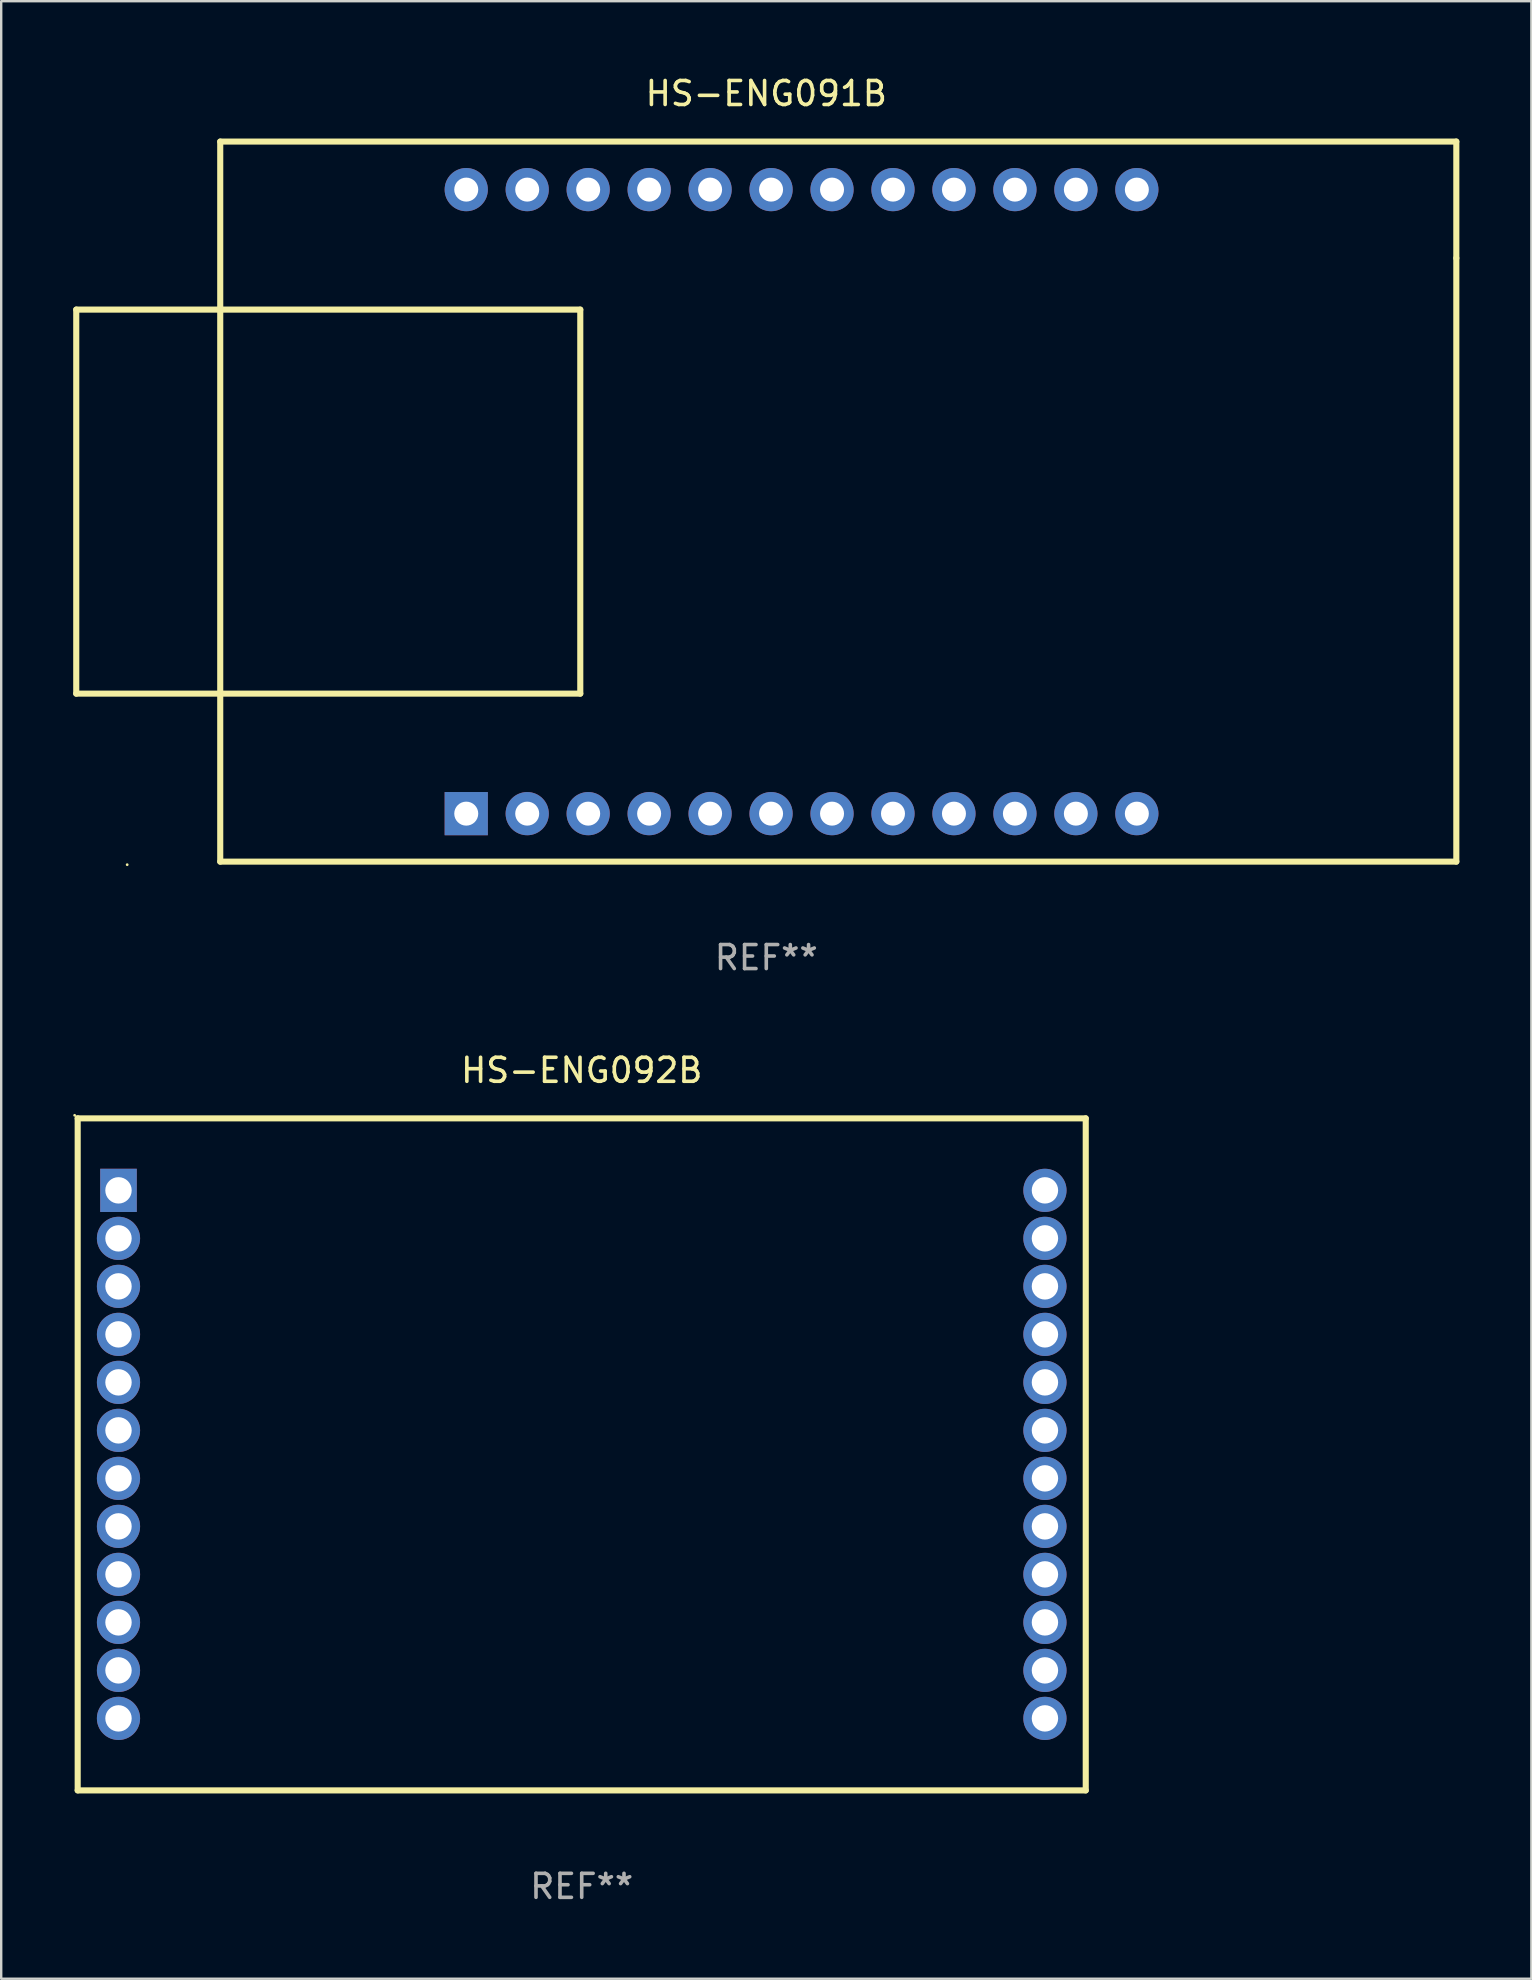
<source format=kicad_pcb>
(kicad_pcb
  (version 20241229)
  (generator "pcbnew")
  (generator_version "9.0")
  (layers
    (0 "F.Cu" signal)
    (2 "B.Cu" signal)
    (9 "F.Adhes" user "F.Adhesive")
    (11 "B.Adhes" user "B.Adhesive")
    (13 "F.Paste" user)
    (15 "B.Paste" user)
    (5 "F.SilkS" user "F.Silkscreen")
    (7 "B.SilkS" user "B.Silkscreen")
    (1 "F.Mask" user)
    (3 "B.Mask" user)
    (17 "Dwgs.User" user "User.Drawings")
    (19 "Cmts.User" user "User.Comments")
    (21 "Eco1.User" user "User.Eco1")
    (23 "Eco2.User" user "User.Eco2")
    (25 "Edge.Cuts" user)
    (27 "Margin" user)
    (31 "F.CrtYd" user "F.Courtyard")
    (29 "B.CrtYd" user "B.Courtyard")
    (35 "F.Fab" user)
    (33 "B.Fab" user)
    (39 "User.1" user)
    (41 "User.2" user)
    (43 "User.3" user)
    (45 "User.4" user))
  (footprint "HS-ENG091B"
    (layer "F.Cu")
    (at 28.877 17.849)
    (property "Reference" "HS-ENG091B" (at 0 -17.001 0) (layer "F.SilkS") (effects (font (size 1 1) (thickness 0.15))))
    (attr through_hole)
    (fp_line (start -28.75 -7.999) (end -7.75 -7.999) (stroke (width 0.254) (type solid)) (layer "F.SilkS"))
    (fp_line (start -28.75 8.001) (end -7.75 8.001) (stroke (width 0.254) (type solid)) (layer "F.SilkS"))
    (fp_line (start -28.75 -8) (end -28.75 8.001) (stroke (width 0.254) (type solid)) (layer "F.SilkS"))
    (fp_line (start -22.751 -15) (end 28.749 -15) (stroke (width 0.254) (type solid)) (layer "F.SilkS"))
    (fp_line (start -22.751 -15) (end -22.751 15.001) (stroke (width 0.254) (type solid)) (layer "F.SilkS"))
    (fp_line (start -22.75 15.001) (end 28.75 15.001) (stroke (width 0.254) (type solid)) (layer "F.SilkS"))
    (fp_line (start -7.75 -7.999) (end -7.75 8.001) (stroke (width 0.254) (type solid)) (layer "F.SilkS"))
    (fp_line (start 28.75 -15.001) (end 28.75 -10.144) (stroke (width 0.254) (type solid)) (layer "F.SilkS"))
    (fp_line (start 28.75 -10.144) (end 28.75 14.999) (stroke (width 0.254) (type solid)) (layer "F.SilkS"))
    (fp_circle (center -26.628 15.128) (end -26.598 15.128) (stroke (width 0.06) (type solid)) (fill no) (layer "F.SilkS"))
    (fp_text user "REF**" (at 0 19.001 0) (layer "F.Fab") (effects (font (size 1 1) (thickness 0.15))))
    (pad "1" thru_hole rect (at -12.501 13.001) (size 1.8 1.8) (drill 1) (layers "*.Cu" "*.Mask"))
    (pad "2" thru_hole circle (at -9.961 13.001) (size 1.8 1.8) (drill 1) (layers "*.Cu" "*.Mask"))
    (pad "3" thru_hole circle (at -7.421 13.001) (size 1.8 1.8) (drill 1) (layers "*.Cu" "*.Mask"))
    (pad "4" thru_hole circle (at -4.881 13.001) (size 1.8 1.8) (drill 1) (layers "*.Cu" "*.Mask"))
    (pad "5" thru_hole circle (at -2.341 13.001) (size 1.8 1.8) (drill 1) (layers "*.Cu" "*.Mask"))
    (pad "6" thru_hole circle (at 0.199 13.001) (size 1.8 1.8) (drill 1) (layers "*.Cu" "*.Mask"))
    (pad "7" thru_hole circle (at 2.739 13.001) (size 1.8 1.8) (drill 1) (layers "*.Cu" "*.Mask"))
    (pad "8" thru_hole circle (at 5.279 13.001) (size 1.8 1.8) (drill 1) (layers "*.Cu" "*.Mask"))
    (pad "9" thru_hole circle (at 7.819 13.001) (size 1.8 1.8) (drill 1) (layers "*.Cu" "*.Mask"))
    (pad "10" thru_hole circle (at 10.359 13.001) (size 1.8 1.8) (drill 1) (layers "*.Cu" "*.Mask"))
    (pad "11" thru_hole circle (at 12.899 13.001) (size 1.8 1.8) (drill 1) (layers "*.Cu" "*.Mask"))
    (pad "12" thru_hole circle (at 15.439 13.001) (size 1.8 1.8) (drill 1) (layers "*.Cu" "*.Mask"))
    (pad "13" thru_hole circle (at 15.439 -12.999) (size 1.8 1.8) (drill 1) (layers "*.Cu" "*.Mask"))
    (pad "14" thru_hole circle (at 12.899 -12.999) (size 1.8 1.8) (drill 1) (layers "*.Cu" "*.Mask"))
    (pad "15" thru_hole circle (at 10.359 -12.999) (size 1.8 1.8) (drill 1) (layers "*.Cu" "*.Mask"))
    (pad "16" thru_hole circle (at 7.819 -12.999) (size 1.8 1.8) (drill 1) (layers "*.Cu" "*.Mask"))
    (pad "17" thru_hole circle (at 5.279 -12.999) (size 1.8 1.8) (drill 1) (layers "*.Cu" "*.Mask"))
    (pad "18" thru_hole circle (at 2.739 -12.999) (size 1.8 1.8) (drill 1) (layers "*.Cu" "*.Mask"))
    (pad "19" thru_hole circle (at 0.199 -12.999) (size 1.8 1.8) (drill 1) (layers "*.Cu" "*.Mask"))
    (pad "20" thru_hole circle (at -2.341 -12.999) (size 1.8 1.8) (drill 1) (layers "*.Cu" "*.Mask"))
    (pad "21" thru_hole circle (at -4.881 -12.999) (size 1.8 1.8) (drill 1) (layers "*.Cu" "*.Mask"))
    (pad "22" thru_hole circle (at -7.421 -12.999) (size 1.8 1.8) (drill 1) (layers "*.Cu" "*.Mask"))
    (pad "23" thru_hole circle (at -9.961 -12.999) (size 1.8 1.8) (drill 1) (layers "*.Cu" "*.Mask"))
    (pad "24" thru_hole circle (at -12.501 -12.999) (size 1.8 1.8) (drill 1) (layers "*.Cu" "*.Mask")))
  (footprint "HS-ENG092B"
    (layer "F.Cu")
    (at 21.187 57.546)
    (property "Reference" "HS-ENG092B" (at 0 -16 0) (layer "F.SilkS") (effects (font (size 1 1) (thickness 0.15))))
    (attr through_hole)
    (fp_line (start -21 -14) (end -21 14) (stroke (width 0.254) (type solid)) (layer "F.SilkS"))
    (fp_line (start -21 -14) (end 21 -14) (stroke (width 0.254) (type solid)) (layer "F.SilkS"))
    (fp_line (start -21 14) (end 21 14) (stroke (width 0.254) (type solid)) (layer "F.SilkS"))
    (fp_line (start 21 -14) (end 21 14) (stroke (width 0.254) (type solid)) (layer "F.SilkS"))
    (fp_circle (center -21.127 -14.127) (end -21.097 -14.127) (stroke (width 0.06) (type solid)) (fill no) (layer "F.SilkS"))
    (fp_text user "REF**" (at 0 18 0) (layer "F.Fab") (effects (font (size 1 1) (thickness 0.15))))
    (pad "1" thru_hole rect (at -19.3 -11) (size 1.524 1.8) (drill 1.1) (layers "*.Cu" "*.Mask"))
    (pad "2" thru_hole circle (at -19.3 -9) (size 1.8 1.8) (drill 1.1) (layers "*.Cu" "*.Mask"))
    (pad "3" thru_hole circle (at -19.3 -7) (size 1.8 1.8) (drill 1.1) (layers "*.Cu" "*.Mask"))
    (pad "4" thru_hole circle (at -19.3 -5) (size 1.8 1.8) (drill 1.1) (layers "*.Cu" "*.Mask"))
    (pad "5" thru_hole circle (at -19.3 -3) (size 1.8 1.8) (drill 1.1) (layers "*.Cu" "*.Mask"))
    (pad "6" thru_hole circle (at -19.3 -1) (size 1.8 1.8) (drill 1.1) (layers "*.Cu" "*.Mask"))
    (pad "7" thru_hole circle (at -19.3 1) (size 1.8 1.8) (drill 1.1) (layers "*.Cu" "*.Mask"))
    (pad "8" thru_hole circle (at -19.3 3) (size 1.8 1.8) (drill 1.1) (layers "*.Cu" "*.Mask"))
    (pad "9" thru_hole circle (at -19.3 5) (size 1.8 1.8) (drill 1.1) (layers "*.Cu" "*.Mask"))
    (pad "10" thru_hole circle (at -19.3 7) (size 1.8 1.8) (drill 1.1) (layers "*.Cu" "*.Mask"))
    (pad "11" thru_hole circle (at -19.3 9) (size 1.8 1.8) (drill 1.1) (layers "*.Cu" "*.Mask"))
    (pad "12" thru_hole circle (at -19.3 11) (size 1.8 1.8) (drill 1.1) (layers "*.Cu" "*.Mask"))
    (pad "13" thru_hole circle (at 19.3 11) (size 1.8 1.8) (drill 1.1) (layers "*.Cu" "*.Mask"))
    (pad "14" thru_hole circle (at 19.3 9) (size 1.8 1.8) (drill 1.1) (layers "*.Cu" "*.Mask"))
    (pad "15" thru_hole circle (at 19.3 7) (size 1.8 1.8) (drill 1.1) (layers "*.Cu" "*.Mask"))
    (pad "16" thru_hole circle (at 19.3 5) (size 1.8 1.8) (drill 1.1) (layers "*.Cu" "*.Mask"))
    (pad "17" thru_hole circle (at 19.3 3) (size 1.8 1.8) (drill 1.1) (layers "*.Cu" "*.Mask"))
    (pad "18" thru_hole circle (at 19.3 1) (size 1.8 1.8) (drill 1.1) (layers "*.Cu" "*.Mask"))
    (pad "19" thru_hole circle (at 19.3 -1) (size 1.8 1.8) (drill 1.1) (layers "*.Cu" "*.Mask"))
    (pad "20" thru_hole circle (at 19.3 -3) (size 1.8 1.8) (drill 1.1) (layers "*.Cu" "*.Mask"))
    (pad "21" thru_hole circle (at 19.3 -5) (size 1.8 1.8) (drill 1.1) (layers "*.Cu" "*.Mask"))
    (pad "22" thru_hole circle (at 19.3 -7) (size 1.8 1.8) (drill 1.1) (layers "*.Cu" "*.Mask"))
    (pad "23" thru_hole circle (at 19.3 -9) (size 1.8 1.8) (drill 1.1) (layers "*.Cu" "*.Mask"))
    (pad "24" thru_hole circle (at 19.3 -11) (size 1.8 1.8) (drill 1.1) (layers "*.Cu" "*.Mask")))
  (gr_rect
    (start -3 -3)
    (end 60.754 79.394)
    (stroke (width 0.1) (type default))
    (fill no)
    (layer "Edge.Cuts")))
</source>
